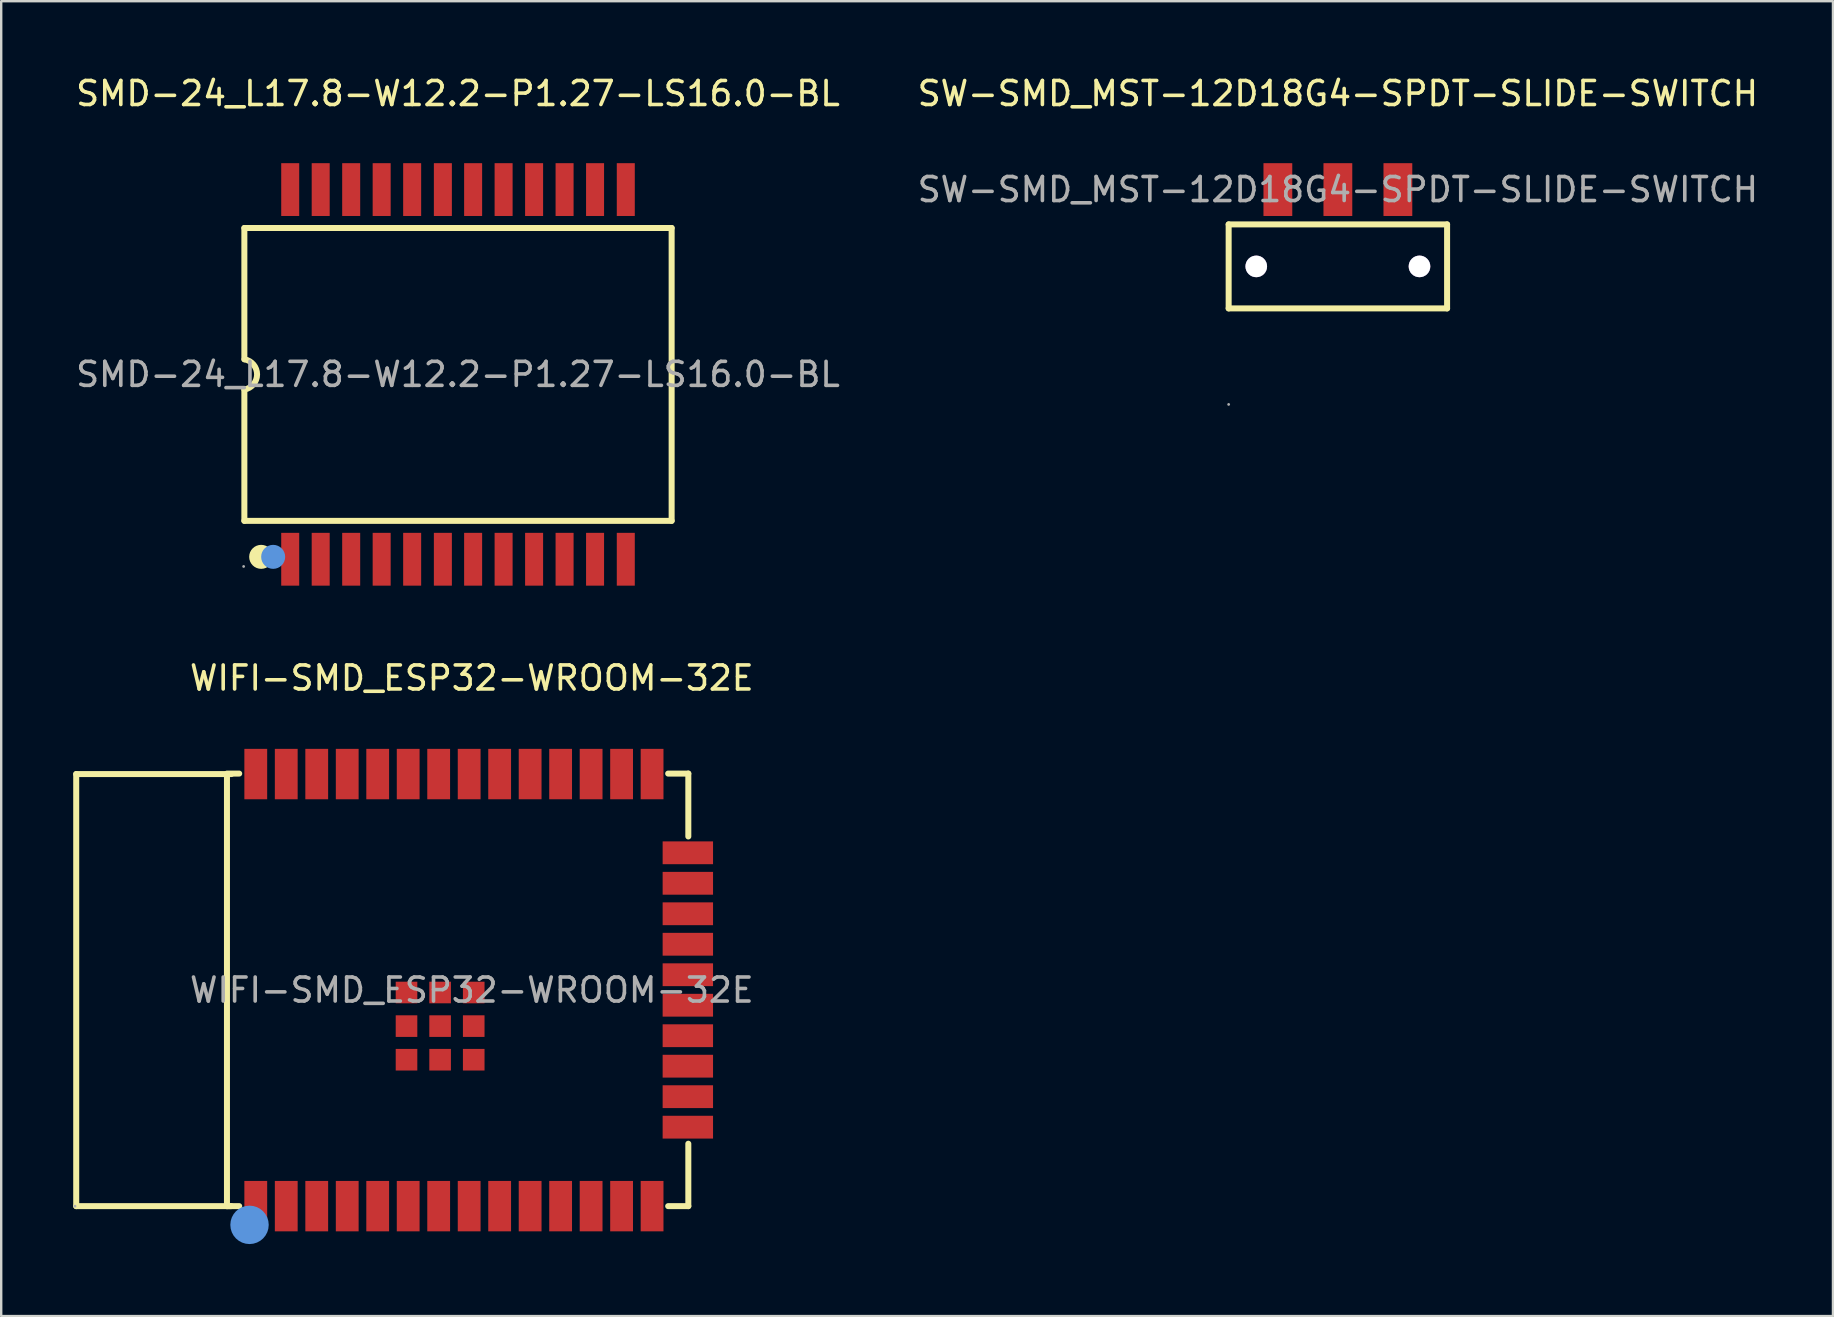
<source format=kicad_pcb>
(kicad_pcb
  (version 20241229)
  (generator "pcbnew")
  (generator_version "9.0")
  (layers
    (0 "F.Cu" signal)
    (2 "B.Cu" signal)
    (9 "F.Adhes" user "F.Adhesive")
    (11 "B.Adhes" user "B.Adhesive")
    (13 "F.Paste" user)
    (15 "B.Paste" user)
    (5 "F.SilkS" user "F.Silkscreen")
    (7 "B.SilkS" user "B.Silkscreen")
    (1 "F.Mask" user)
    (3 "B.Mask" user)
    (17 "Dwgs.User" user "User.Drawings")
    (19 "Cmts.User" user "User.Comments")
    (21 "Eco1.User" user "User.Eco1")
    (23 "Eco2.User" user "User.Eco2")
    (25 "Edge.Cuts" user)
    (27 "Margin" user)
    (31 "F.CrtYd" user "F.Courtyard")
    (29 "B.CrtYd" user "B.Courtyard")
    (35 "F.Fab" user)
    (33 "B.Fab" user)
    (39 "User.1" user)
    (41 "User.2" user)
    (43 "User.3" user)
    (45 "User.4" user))
  (footprint "SMD-24_L17.8-W12.2-P1.27-LS16.0-BL"
    (layer "F.Cu")
    (at 16.03 12.548)
    (property "Reference" "SMD-24_L17.8-W12.2-P1.27-LS16.0-BL" (at 0 -11.7 0) (layer "F.SilkS") (effects (font (size 1 1) (thickness 0.15))))
    (attr through_hole)
    (fp_line (start -8.9 -6.1) (end -8.9 -0.63) (stroke (width 0.25) (type solid)) (layer "F.SilkS"))
    (fp_line (start -8.9 6.1) (end -8.9 0.63) (stroke (width 0.25) (type solid)) (layer "F.SilkS"))
    (fp_line (start 8.9 -6.1) (end -8.9 -6.1) (stroke (width 0.25) (type solid)) (layer "F.SilkS"))
    (fp_line (start 8.9 -6.1) (end 8.9 6.1) (stroke (width 0.25) (type solid)) (layer "F.SilkS"))
    (fp_line (start 8.9 6.1) (end -8.9 6.1) (stroke (width 0.25) (type solid)) (layer "F.SilkS"))
    (fp_arc (start -8.894818 -0.629073) (mid -8.370475 0.002632) (end -8.9 0.63) (stroke (width 0.25) (type solid)) (layer "F.SilkS"))
    (fp_circle (center -8.2 7.6) (end -7.95 7.6) (stroke (width 0.5) (type solid)) (fill no) (layer "F.SilkS"))
    (fp_circle (center -7.7 7.6) (end -7.45 7.6) (stroke (width 0.5) (type solid)) (fill no) (layer "Cmts.User"))
    (fp_circle (center -8.93 8) (end -8.9 8) (stroke (width 0.06) (type solid)) (fill no) (layer "F.Fab"))
    (fp_text user "${REFERENCE}" (at 0 0 0) (layer "F.Fab") (effects (font (size 1 1) (thickness 0.15))))
    (pad "1" smd rect (at -6.99 7.7) (size 0.75 2.2) (layers "F.Cu" "F.Mask" "F.Paste"))
    (pad "2" smd rect (at -5.72 7.7) (size 0.75 2.2) (layers "F.Cu" "F.Mask" "F.Paste"))
    (pad "3" smd rect (at -4.45 7.7) (size 0.75 2.2) (layers "F.Cu" "F.Mask" "F.Paste"))
    (pad "4" smd rect (at -3.18 7.7) (size 0.75 2.2) (layers "F.Cu" "F.Mask" "F.Paste"))
    (pad "5" smd rect (at -1.91 7.7) (size 0.75 2.2) (layers "F.Cu" "F.Mask" "F.Paste"))
    (pad "6" smd rect (at -0.63 7.7) (size 0.75 2.2) (layers "F.Cu" "F.Mask" "F.Paste"))
    (pad "7" smd rect (at 0.63 7.7) (size 0.75 2.2) (layers "F.Cu" "F.Mask" "F.Paste"))
    (pad "8" smd rect (at 1.9 7.7) (size 0.75 2.2) (layers "F.Cu" "F.Mask" "F.Paste"))
    (pad "9" smd rect (at 3.17 7.7) (size 0.75 2.2) (layers "F.Cu" "F.Mask" "F.Paste"))
    (pad "10" smd rect (at 4.44 7.7) (size 0.75 2.2) (layers "F.Cu" "F.Mask" "F.Paste"))
    (pad "11" smd rect (at 5.71 7.7) (size 0.75 2.2) (layers "F.Cu" "F.Mask" "F.Paste"))
    (pad "12" smd rect (at 6.99 7.7) (size 0.75 2.2) (layers "F.Cu" "F.Mask" "F.Paste"))
    (pad "13" smd rect (at 6.99 -7.7) (size 0.75 2.2) (layers "F.Cu" "F.Mask" "F.Paste"))
    (pad "14" smd rect (at 5.71 -7.7) (size 0.75 2.2) (layers "F.Cu" "F.Mask" "F.Paste"))
    (pad "15" smd rect (at 4.44 -7.7) (size 0.75 2.2) (layers "F.Cu" "F.Mask" "F.Paste"))
    (pad "16" smd rect (at 3.17 -7.7) (size 0.75 2.2) (layers "F.Cu" "F.Mask" "F.Paste"))
    (pad "17" smd rect (at 1.9 -7.7) (size 0.75 2.2) (layers "F.Cu" "F.Mask" "F.Paste"))
    (pad "18" smd rect (at 0.63 -7.7) (size 0.75 2.2) (layers "F.Cu" "F.Mask" "F.Paste"))
    (pad "19" smd rect (at -0.63 -7.7) (size 0.75 2.2) (layers "F.Cu" "F.Mask" "F.Paste"))
    (pad "20" smd rect (at -1.91 -7.7) (size 0.75 2.2) (layers "F.Cu" "F.Mask" "F.Paste"))
    (pad "21" smd rect (at -3.18 -7.7) (size 0.75 2.2) (layers "F.Cu" "F.Mask" "F.Paste"))
    (pad "22" smd rect (at -4.45 -7.7) (size 0.75 2.2) (layers "F.Cu" "F.Mask" "F.Paste"))
    (pad "23" smd rect (at -5.72 -7.7) (size 0.75 2.2) (layers "F.Cu" "F.Mask" "F.Paste"))
    (pad "24" smd rect (at -6.99 -7.7) (size 0.75 2.2) (layers "F.Cu" "F.Mask" "F.Paste")))
  (footprint "WIFI-SMD_ESP32-WROOM-32E"
    (layer "F.Cu")
    (at 16.605 38.197)
    (property "Reference" "WIFI-SMD_ESP32-WROOM-32E" (at 0 -13 0) (layer "F.SilkS") (effects (font (size 1 1) (thickness 0.15))))
    (attr smd)
    (fp_line (start -16.48 -9) (end -16.48 9) (stroke (width 0.25) (type solid)) (layer "F.SilkS"))
    (fp_line (start -16.48 -9) (end -10.02 -9) (stroke (width 0.25) (type solid)) (layer "F.SilkS"))
    (fp_line (start -16.48 9) (end -10.03 9) (stroke (width 0.25) (type solid)) (layer "F.SilkS"))
    (fp_line (start -10.2 -9) (end -10.2 9) (stroke (width 0.25) (type solid)) (layer "F.SilkS"))
    (fp_line (start -10.2 9) (end -9.69 9) (stroke (width 0.25) (type solid)) (layer "F.SilkS"))
    (fp_line (start -9.69 -9.02) (end -10.2 -9.02) (stroke (width 0.25) (type solid)) (layer "F.SilkS"))
    (fp_line (start 8.18 9) (end 9.02 9) (stroke (width 0.25) (type solid)) (layer "F.SilkS"))
    (fp_line (start 9.02 -9.02) (end 8.18 -9.02) (stroke (width 0.25) (type solid)) (layer "F.SilkS"))
    (fp_line (start 9.02 -6.4) (end 9.02 -9.02) (stroke (width 0.25) (type solid)) (layer "F.SilkS"))
    (fp_line (start 9.02 9) (end 9.02 6.4) (stroke (width 0.25) (type solid)) (layer "F.SilkS"))
    (fp_circle (center -9.26 9.78) (end -8.86 9.78) (stroke (width 0.8) (type solid)) (fill no) (layer "Cmts.User"))
    (fp_circle (center -16.53 9) (end -16.5 9) (stroke (width 0.06) (type solid)) (fill no) (layer "F.Fab"))
    (fp_text user "${REFERENCE}" (at 0 0 0) (layer "F.Fab") (effects (font (size 1 1) (thickness 0.15))))
    (pad "1" smd rect (at -9 9) (size 0.95 2.1) (layers "F.Cu" "F.Mask" "F.Paste"))
    (pad "2" smd rect (at -7.73 9) (size 0.95 2.1) (layers "F.Cu" "F.Mask" "F.Paste"))
    (pad "3" smd rect (at -6.46 9) (size 0.95 2.1) (layers "F.Cu" "F.Mask" "F.Paste"))
    (pad "4" smd rect (at -5.19 9) (size 0.95 2.1) (layers "F.Cu" "F.Mask" "F.Paste"))
    (pad "5" smd rect (at -3.92 9) (size 0.95 2.1) (layers "F.Cu" "F.Mask" "F.Paste"))
    (pad "6" smd rect (at -2.65 9) (size 0.95 2.1) (layers "F.Cu" "F.Mask" "F.Paste"))
    (pad "7" smd rect (at -1.38 9) (size 0.95 2.1) (layers "F.Cu" "F.Mask" "F.Paste"))
    (pad "8" smd rect (at -0.11 9) (size 0.95 2.1) (layers "F.Cu" "F.Mask" "F.Paste"))
    (pad "9" smd rect (at 1.16 9) (size 0.95 2.1) (layers "F.Cu" "F.Mask" "F.Paste"))
    (pad "10" smd rect (at 2.43 9) (size 0.95 2.1) (layers "F.Cu" "F.Mask" "F.Paste"))
    (pad "11" smd rect (at 3.7 9) (size 0.95 2.1) (layers "F.Cu" "F.Mask" "F.Paste"))
    (pad "12" smd rect (at 4.97 9) (size 0.95 2.1) (layers "F.Cu" "F.Mask" "F.Paste"))
    (pad "13" smd rect (at 6.24 9) (size 0.95 2.1) (layers "F.Cu" "F.Mask" "F.Paste"))
    (pad "14" smd rect (at 7.51 9) (size 0.95 2.1) (layers "F.Cu" "F.Mask" "F.Paste"))
    (pad "15" smd rect (at 9 5.71) (size 2.1 0.95) (layers "F.Cu" "F.Mask" "F.Paste"))
    (pad "16" smd rect (at 9 4.44) (size 2.1 0.95) (layers "F.Cu" "F.Mask" "F.Paste"))
    (pad "17" smd rect (at 9 3.17) (size 2.1 0.95) (layers "F.Cu" "F.Mask" "F.Paste"))
    (pad "18" smd rect (at 9 1.9) (size 2.1 0.95) (layers "F.Cu" "F.Mask" "F.Paste"))
    (pad "19" smd rect (at 9 0.63) (size 2.1 0.95) (layers "F.Cu" "F.Mask" "F.Paste"))
    (pad "20" smd rect (at 9 -0.64) (size 2.1 0.95) (layers "F.Cu" "F.Mask" "F.Paste"))
    (pad "21" smd rect (at 9 -1.91) (size 2.1 0.95) (layers "F.Cu" "F.Mask" "F.Paste"))
    (pad "22" smd rect (at 9 -3.18) (size 2.1 0.95) (layers "F.Cu" "F.Mask" "F.Paste"))
    (pad "23" smd rect (at 9 -4.45) (size 2.1 0.95) (layers "F.Cu" "F.Mask" "F.Paste"))
    (pad "24" smd rect (at 9 -5.72) (size 2.1 0.95) (layers "F.Cu" "F.Mask" "F.Paste"))
    (pad "25" smd rect (at 7.51 -9) (size 0.95 2.1) (layers "F.Cu" "F.Mask" "F.Paste"))
    (pad "26" smd rect (at 6.24 -9) (size 0.95 2.1) (layers "F.Cu" "F.Mask" "F.Paste"))
    (pad "27" smd rect (at 4.97 -9) (size 0.95 2.1) (layers "F.Cu" "F.Mask" "F.Paste"))
    (pad "28" smd rect (at 3.7 -9) (size 0.95 2.1) (layers "F.Cu" "F.Mask" "F.Paste"))
    (pad "29" smd rect (at 2.43 -9) (size 0.95 2.1) (layers "F.Cu" "F.Mask" "F.Paste"))
    (pad "30" smd rect (at 1.16 -9) (size 0.95 2.1) (layers "F.Cu" "F.Mask" "F.Paste"))
    (pad "31" smd rect (at -0.11 -9) (size 0.95 2.1) (layers "F.Cu" "F.Mask" "F.Paste"))
    (pad "32" smd rect (at -1.38 -9) (size 0.95 2.1) (layers "F.Cu" "F.Mask" "F.Paste"))
    (pad "33" smd rect (at -2.65 -9) (size 0.95 2.1) (layers "F.Cu" "F.Mask" "F.Paste"))
    (pad "34" smd rect (at -3.92 -9) (size 0.95 2.1) (layers "F.Cu" "F.Mask" "F.Paste"))
    (pad "35" smd rect (at -5.19 -9) (size 0.95 2.1) (layers "F.Cu" "F.Mask" "F.Paste"))
    (pad "36" smd rect (at -6.46 -9) (size 0.95 2.1) (layers "F.Cu" "F.Mask" "F.Paste"))
    (pad "37" smd rect (at -7.73 -9) (size 0.95 2.1) (layers "F.Cu" "F.Mask" "F.Paste"))
    (pad "38" smd rect (at -9 -9) (size 0.95 2.1) (layers "F.Cu" "F.Mask" "F.Paste"))
    (pad "39" smd rect (at -2.72 0.1 180) (size 0.9 0.9) (layers "F.Cu" "F.Mask" "F.Paste"))
    (pad "39" smd rect (at -2.72 1.5 180) (size 0.9 0.9) (layers "F.Cu" "F.Mask" "F.Paste"))
    (pad "39" smd rect (at -2.72 2.9 180) (size 0.9 0.9) (layers "F.Cu" "F.Mask" "F.Paste"))
    (pad "39" smd rect (at -1.32 0.1 180) (size 0.9 0.9) (layers "F.Cu" "F.Mask" "F.Paste"))
    (pad "39" smd rect (at -1.32 1.5 180) (size 0.9 0.9) (layers "F.Cu" "F.Mask" "F.Paste"))
    (pad "39" smd rect (at -1.32 2.9 180) (size 0.9 0.9) (layers "F.Cu" "F.Mask" "F.Paste"))
    (pad "39" smd rect (at 0.08 0.1 180) (size 0.9 0.9) (layers "F.Cu" "F.Mask" "F.Paste"))
    (pad "39" smd rect (at 0.08 1.5 180) (size 0.9 0.9) (layers "F.Cu" "F.Mask" "F.Paste"))
    (pad "39" smd rect (at 0.08 2.9 180) (size 0.9 0.9) (layers "F.Cu" "F.Mask" "F.Paste")))
  (footprint "SW-SMD_MST-12D18G4-SPDT-SLIDE-SWITCH"
    (layer "F.Cu")
    (at 52.685 4.848)
    (property "Reference" "SW-SMD_MST-12D18G4-SPDT-SLIDE-SWITCH" (at 0 -4 0) (layer "F.SilkS") (effects (font (size 1 1) (thickness 0.15))))
    (attr smd)
    (fp_line (start -4.55 1.45) (end 4.55 1.45) (stroke (width 0.25) (type solid)) (layer "F.SilkS"))
    (fp_line (start -4.55 4.95) (end -4.55 1.45) (stroke (width 0.25) (type solid)) (layer "F.SilkS"))
    (fp_line (start -4.55 4.95) (end 4.55 4.95) (stroke (width 0.25) (type solid)) (layer "F.SilkS"))
    (fp_line (start 4.55 4.95) (end 4.55 1.45) (stroke (width 0.25) (type solid)) (layer "F.SilkS"))
    (fp_circle (center -3.4 3.2) (end -3.22 3.2) (stroke (width 0.35) (type solid)) (fill no) (layer "Cmts.User"))
    (fp_circle (center 3.4 3.2) (end 3.58 3.2) (stroke (width 0.35) (type solid)) (fill no) (layer "Cmts.User"))
    (fp_circle (center -4.55 8.95) (end -4.52 8.95) (stroke (width 0.06) (type solid)) (fill no) (layer "F.Fab"))
    (fp_text user "${REFERENCE}" (at 0 0 0) (layer "F.Fab") (effects (font (size 1 1) (thickness 0.15))))
    (pad "" thru_hole circle (at -3.4 3.2) (size 0.9 0.9) (drill 0.9) (layers "*.Cu" "*.Mask"))
    (pad "" thru_hole circle (at 3.4 3.2) (size 0.9 0.9) (drill 0.9) (layers "*.Cu" "*.Mask"))
    (pad "1" smd rect (at -2.5 0) (size 1.2 2.2) (layers "F.Cu" "F.Mask" "F.Paste"))
    (pad "2" smd rect (at 0 0) (size 1.2 2.2) (layers "F.Cu" "F.Mask" "F.Paste"))
    (pad "3" smd rect (at 2.5 0) (size 1.2 2.2) (layers "F.Cu" "F.Mask" "F.Paste")))
  (gr_rect
    (start -3 -3)
    (end 73.31 51.776)
    (stroke (width 0.1) (type default))
    (fill no)
    (layer "Edge.Cuts")))
</source>
